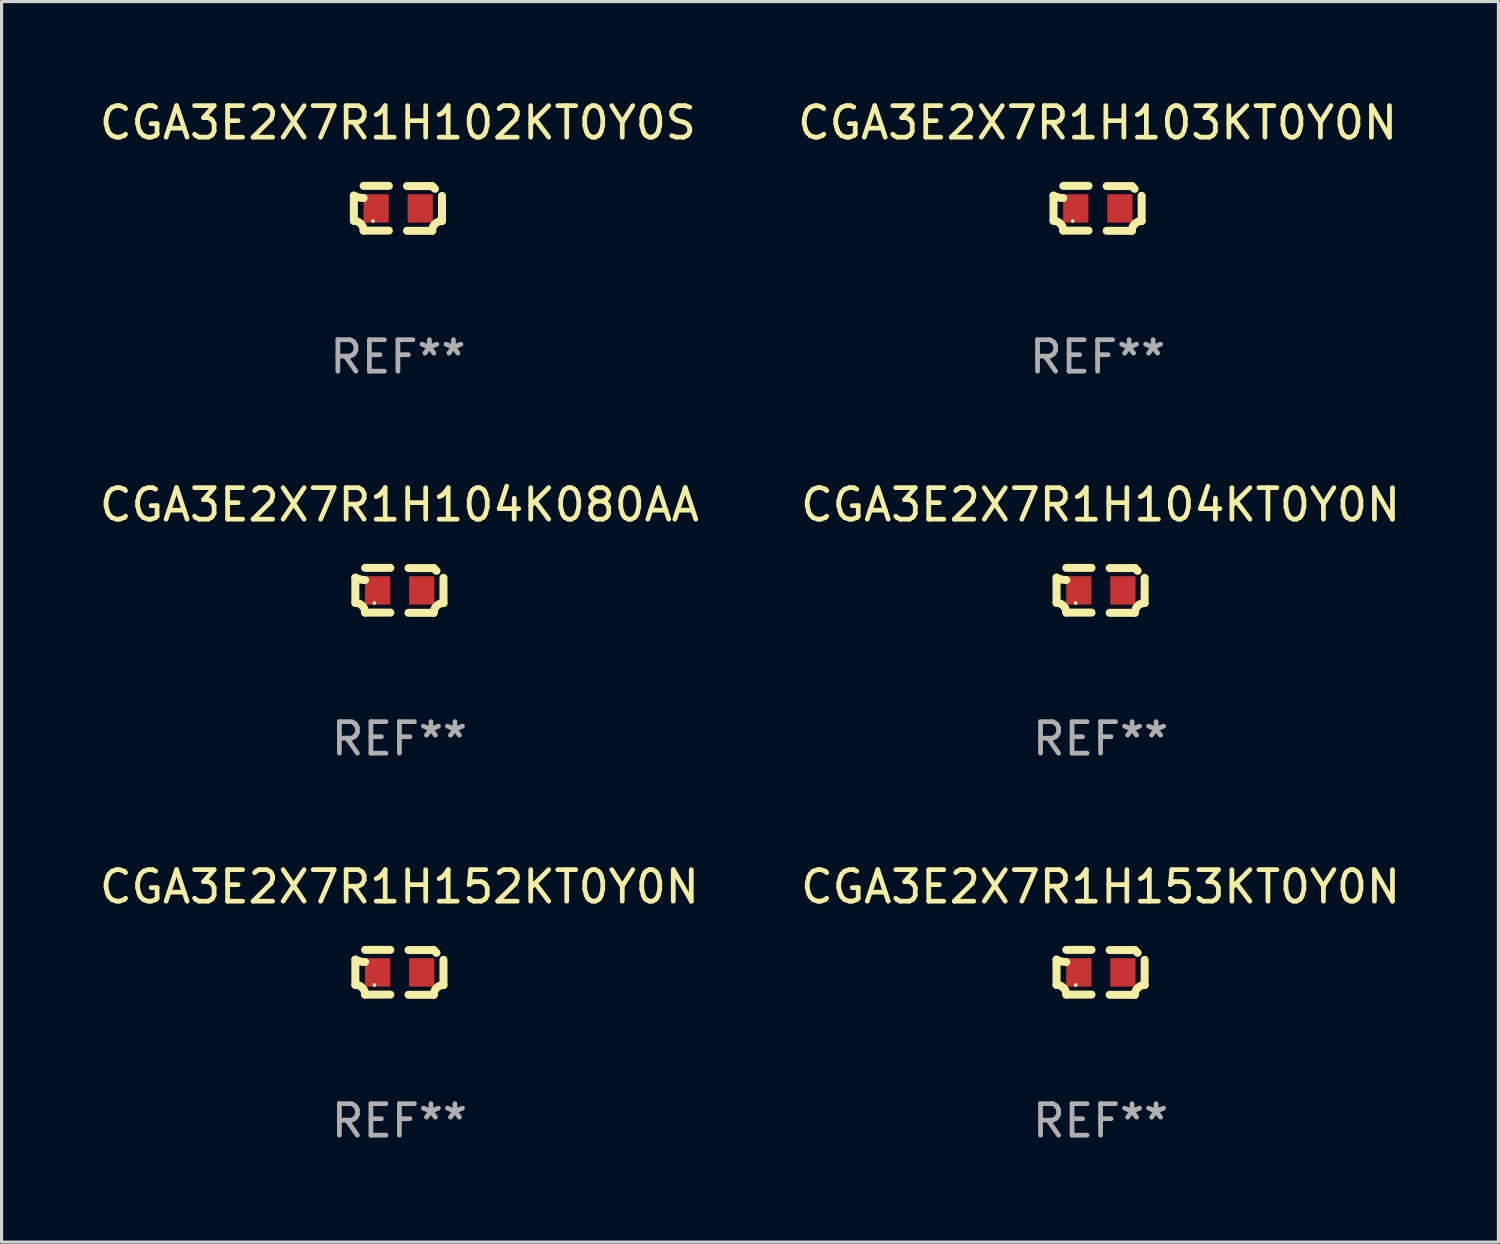
<source format=kicad_pcb>
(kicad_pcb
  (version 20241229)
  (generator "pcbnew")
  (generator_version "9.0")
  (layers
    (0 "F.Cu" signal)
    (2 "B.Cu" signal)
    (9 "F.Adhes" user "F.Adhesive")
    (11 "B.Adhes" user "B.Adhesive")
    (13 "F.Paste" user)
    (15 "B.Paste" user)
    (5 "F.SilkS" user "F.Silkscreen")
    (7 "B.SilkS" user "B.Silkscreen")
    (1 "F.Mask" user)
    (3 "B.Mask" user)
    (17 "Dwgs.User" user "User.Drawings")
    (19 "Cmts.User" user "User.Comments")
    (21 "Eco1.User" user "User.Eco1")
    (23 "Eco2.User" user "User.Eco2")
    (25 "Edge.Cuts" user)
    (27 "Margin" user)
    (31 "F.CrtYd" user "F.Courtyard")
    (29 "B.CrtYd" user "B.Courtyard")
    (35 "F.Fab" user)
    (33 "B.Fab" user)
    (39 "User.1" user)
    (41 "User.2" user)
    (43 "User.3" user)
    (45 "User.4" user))
  (footprint "CGA3E2X7R1H103KT0Y0N"
    (layer "F.Cu")
    (at 31.78 3.561)
    (property "Reference" "CGA3E2X7R1H103KT0Y0N" (at 0 -2.713 0) (layer "F.SilkS") (effects (font (size 1 1) (thickness 0.15))))
    (attr through_hole)
    (fp_line (start -1.398 -0.403) (end -1.398 0.397) (stroke (width 0.254) (type solid)) (layer "F.SilkS"))
    (fp_line (start -0.288 -0.713) (end -1.088 -0.713) (stroke (width 0.254) (type solid)) (layer "F.SilkS"))
    (fp_line (start -0.288 0.707) (end -1.088 0.707) (stroke (width 0.254) (type solid)) (layer "F.SilkS"))
    (fp_line (start 0.288 -0.707) (end 1.088 -0.707) (stroke (width 0.254) (type solid)) (layer "F.SilkS"))
    (fp_line (start 0.288 0.713) (end 1.088 0.713) (stroke (width 0.254) (type solid)) (layer "F.SilkS"))
    (fp_line (start 1.398 -0.397) (end 1.398 0.403) (stroke (width 0.254) (type solid)) (layer "F.SilkS"))
    (fp_arc (start -1.397789 0.397066) (mid -1.178701 0.487826) (end -1.08796 0.706922) (stroke (width 0.254001) (type solid)) (layer "F.SilkS"))
    (fp_arc (start -1.08796 -0.327176) (mid -1.247436 -0.346384) (end -1.39779 -0.402908) (stroke (width 0.254001) (type solid)) (layer "F.SilkS"))
    (fp_arc (start 1.087909 0.712738) (mid 1.178656 0.493655) (end 1.397739 0.402908) (stroke (width 0.254001) (type solid)) (layer "F.SilkS"))
    (fp_arc (start 1.175925 -0.618926) (mid 1.131917 -0.662923) (end 1.08791 -0.706922) (stroke (width 0.254001) (type solid)) (layer "F.SilkS"))
    (fp_circle (center -0.792 0.403) (end -0.762 0.403) (stroke (width 0.06) (type solid)) (fill no) (layer "F.SilkS"))
    (fp_text user "REF**" (at 0 4.713 0) (layer "F.Fab") (effects (font (size 1 1) (thickness 0.15))))
    (pad "1" smd rect (at -0.692 0.003) (size 0.8 0.9) (layers "F.Cu" "F.Mask" "F.Paste"))
    (pad "2" smd rect (at 0.708 0.003) (size 0.8 0.9) (layers "F.Cu" "F.Mask" "F.Paste")))
  (footprint "CGA3E2X7R1H102KT0Y0S"
    (layer "F.Cu")
    (at 9.577 3.561)
    (property "Reference" "CGA3E2X7R1H102KT0Y0S" (at 0 -2.713 0) (layer "F.SilkS") (effects (font (size 1 1) (thickness 0.15))))
    (attr through_hole)
    (fp_line (start -1.398 -0.403) (end -1.398 0.397) (stroke (width 0.254) (type solid)) (layer "F.SilkS"))
    (fp_line (start -0.288 -0.713) (end -1.088 -0.713) (stroke (width 0.254) (type solid)) (layer "F.SilkS"))
    (fp_line (start -0.288 0.707) (end -1.088 0.707) (stroke (width 0.254) (type solid)) (layer "F.SilkS"))
    (fp_line (start 0.288 -0.707) (end 1.088 -0.707) (stroke (width 0.254) (type solid)) (layer "F.SilkS"))
    (fp_line (start 0.288 0.713) (end 1.088 0.713) (stroke (width 0.254) (type solid)) (layer "F.SilkS"))
    (fp_line (start 1.398 -0.397) (end 1.398 0.403) (stroke (width 0.254) (type solid)) (layer "F.SilkS"))
    (fp_arc (start -1.397789 0.397066) (mid -1.178701 0.487826) (end -1.08796 0.706922) (stroke (width 0.254001) (type solid)) (layer "F.SilkS"))
    (fp_arc (start -1.08796 -0.327176) (mid -1.247436 -0.346384) (end -1.39779 -0.402908) (stroke (width 0.254001) (type solid)) (layer "F.SilkS"))
    (fp_arc (start 1.087909 0.712738) (mid 1.178656 0.493655) (end 1.397739 0.402908) (stroke (width 0.254001) (type solid)) (layer "F.SilkS"))
    (fp_arc (start 1.175925 -0.618926) (mid 1.131917 -0.662923) (end 1.08791 -0.706922) (stroke (width 0.254001) (type solid)) (layer "F.SilkS"))
    (fp_circle (center -0.792 0.403) (end -0.762 0.403) (stroke (width 0.06) (type solid)) (fill no) (layer "F.SilkS"))
    (fp_text user "REF**" (at 0 4.713 0) (layer "F.Fab") (effects (font (size 1 1) (thickness 0.15))))
    (pad "1" smd rect (at -0.692 0.003) (size 0.8 0.9) (layers "F.Cu" "F.Mask" "F.Paste"))
    (pad "2" smd rect (at 0.708 0.003) (size 0.8 0.9) (layers "F.Cu" "F.Mask" "F.Paste")))
  (footprint "CGA3E2X7R1H152KT0Y0N"
    (layer "F.Cu")
    (at 9.625 27.805)
    (property "Reference" "CGA3E2X7R1H152KT0Y0N" (at 0 -2.713 0) (layer "F.SilkS") (effects (font (size 1 1) (thickness 0.15))))
    (attr through_hole)
    (fp_line (start -1.398 -0.403) (end -1.398 0.397) (stroke (width 0.254) (type solid)) (layer "F.SilkS"))
    (fp_line (start -0.288 -0.713) (end -1.088 -0.713) (stroke (width 0.254) (type solid)) (layer "F.SilkS"))
    (fp_line (start -0.288 0.707) (end -1.088 0.707) (stroke (width 0.254) (type solid)) (layer "F.SilkS"))
    (fp_line (start 0.288 -0.707) (end 1.088 -0.707) (stroke (width 0.254) (type solid)) (layer "F.SilkS"))
    (fp_line (start 0.288 0.713) (end 1.088 0.713) (stroke (width 0.254) (type solid)) (layer "F.SilkS"))
    (fp_line (start 1.398 -0.397) (end 1.398 0.403) (stroke (width 0.254) (type solid)) (layer "F.SilkS"))
    (fp_arc (start -1.397789 0.397066) (mid -1.178701 0.487826) (end -1.08796 0.706922) (stroke (width 0.254001) (type solid)) (layer "F.SilkS"))
    (fp_arc (start -1.08796 -0.327176) (mid -1.247436 -0.346384) (end -1.39779 -0.402908) (stroke (width 0.254001) (type solid)) (layer "F.SilkS"))
    (fp_arc (start 1.087909 0.712738) (mid 1.178656 0.493655) (end 1.397739 0.402908) (stroke (width 0.254001) (type solid)) (layer "F.SilkS"))
    (fp_arc (start 1.175925 -0.618926) (mid 1.131917 -0.662923) (end 1.08791 -0.706922) (stroke (width 0.254001) (type solid)) (layer "F.SilkS"))
    (fp_circle (center -0.792 0.403) (end -0.762 0.403) (stroke (width 0.06) (type solid)) (fill no) (layer "F.SilkS"))
    (fp_text user "REF**" (at 0 4.713 0) (layer "F.Fab") (effects (font (size 1 1) (thickness 0.15))))
    (pad "1" smd rect (at -0.692 0.003) (size 0.8 0.9) (layers "F.Cu" "F.Mask" "F.Paste"))
    (pad "2" smd rect (at 0.708 0.003) (size 0.8 0.9) (layers "F.Cu" "F.Mask" "F.Paste")))
  (footprint "CGA3E2X7R1H104KT0Y0N"
    (layer "F.Cu")
    (at 31.875 15.683)
    (property "Reference" "CGA3E2X7R1H104KT0Y0N" (at 0 -2.713 0) (layer "F.SilkS") (effects (font (size 1 1) (thickness 0.15))))
    (attr through_hole)
    (fp_line (start -1.398 -0.403) (end -1.398 0.397) (stroke (width 0.254) (type solid)) (layer "F.SilkS"))
    (fp_line (start -0.288 -0.713) (end -1.088 -0.713) (stroke (width 0.254) (type solid)) (layer "F.SilkS"))
    (fp_line (start -0.288 0.707) (end -1.088 0.707) (stroke (width 0.254) (type solid)) (layer "F.SilkS"))
    (fp_line (start 0.288 -0.707) (end 1.088 -0.707) (stroke (width 0.254) (type solid)) (layer "F.SilkS"))
    (fp_line (start 0.288 0.713) (end 1.088 0.713) (stroke (width 0.254) (type solid)) (layer "F.SilkS"))
    (fp_line (start 1.398 -0.397) (end 1.398 0.403) (stroke (width 0.254) (type solid)) (layer "F.SilkS"))
    (fp_arc (start -1.397789 0.397066) (mid -1.178701 0.487826) (end -1.08796 0.706922) (stroke (width 0.254001) (type solid)) (layer "F.SilkS"))
    (fp_arc (start -1.08796 -0.327176) (mid -1.247436 -0.346384) (end -1.39779 -0.402908) (stroke (width 0.254001) (type solid)) (layer "F.SilkS"))
    (fp_arc (start 1.087909 0.712738) (mid 1.178656 0.493655) (end 1.397739 0.402908) (stroke (width 0.254001) (type solid)) (layer "F.SilkS"))
    (fp_arc (start 1.175925 -0.618926) (mid 1.131917 -0.662923) (end 1.08791 -0.706922) (stroke (width 0.254001) (type solid)) (layer "F.SilkS"))
    (fp_circle (center -0.792 0.403) (end -0.762 0.403) (stroke (width 0.06) (type solid)) (fill no) (layer "F.SilkS"))
    (fp_text user "REF**" (at 0 4.713 0) (layer "F.Fab") (effects (font (size 1 1) (thickness 0.15))))
    (pad "1" smd rect (at -0.692 0.003) (size 0.8 0.9) (layers "F.Cu" "F.Mask" "F.Paste"))
    (pad "2" smd rect (at 0.708 0.003) (size 0.8 0.9) (layers "F.Cu" "F.Mask" "F.Paste")))
  (footprint "CGA3E2X7R1H104K080AA"
    (layer "F.Cu")
    (at 9.625 15.683)
    (property "Reference" "CGA3E2X7R1H104K080AA" (at 0 -2.713 0) (layer "F.SilkS") (effects (font (size 1 1) (thickness 0.15))))
    (attr through_hole)
    (fp_line (start -1.398 -0.403) (end -1.398 0.397) (stroke (width 0.254) (type solid)) (layer "F.SilkS"))
    (fp_line (start -0.288 -0.713) (end -1.088 -0.713) (stroke (width 0.254) (type solid)) (layer "F.SilkS"))
    (fp_line (start -0.288 0.707) (end -1.088 0.707) (stroke (width 0.254) (type solid)) (layer "F.SilkS"))
    (fp_line (start 0.288 -0.707) (end 1.088 -0.707) (stroke (width 0.254) (type solid)) (layer "F.SilkS"))
    (fp_line (start 0.288 0.713) (end 1.088 0.713) (stroke (width 0.254) (type solid)) (layer "F.SilkS"))
    (fp_line (start 1.398 -0.397) (end 1.398 0.403) (stroke (width 0.254) (type solid)) (layer "F.SilkS"))
    (fp_arc (start -1.397789 0.397066) (mid -1.178701 0.487826) (end -1.08796 0.706922) (stroke (width 0.254001) (type solid)) (layer "F.SilkS"))
    (fp_arc (start -1.08796 -0.327176) (mid -1.247436 -0.346384) (end -1.39779 -0.402908) (stroke (width 0.254001) (type solid)) (layer "F.SilkS"))
    (fp_arc (start 1.087909 0.712738) (mid 1.178656 0.493655) (end 1.397739 0.402908) (stroke (width 0.254001) (type solid)) (layer "F.SilkS"))
    (fp_arc (start 1.175925 -0.618926) (mid 1.131917 -0.662923) (end 1.08791 -0.706922) (stroke (width 0.254001) (type solid)) (layer "F.SilkS"))
    (fp_circle (center -0.792 0.403) (end -0.762 0.403) (stroke (width 0.06) (type solid)) (fill no) (layer "F.SilkS"))
    (fp_text user "REF**" (at 0 4.713 0) (layer "F.Fab") (effects (font (size 1 1) (thickness 0.15))))
    (pad "1" smd rect (at -0.692 0.003) (size 0.8 0.9) (layers "F.Cu" "F.Mask" "F.Paste"))
    (pad "2" smd rect (at 0.708 0.003) (size 0.8 0.9) (layers "F.Cu" "F.Mask" "F.Paste")))
  (footprint "CGA3E2X7R1H153KT0Y0N"
    (layer "F.Cu")
    (at 31.875 27.805)
    (property "Reference" "CGA3E2X7R1H153KT0Y0N" (at 0 -2.713 0) (layer "F.SilkS") (effects (font (size 1 1) (thickness 0.15))))
    (attr through_hole)
    (fp_line (start -1.398 -0.403) (end -1.398 0.397) (stroke (width 0.254) (type solid)) (layer "F.SilkS"))
    (fp_line (start -0.288 -0.713) (end -1.088 -0.713) (stroke (width 0.254) (type solid)) (layer "F.SilkS"))
    (fp_line (start -0.288 0.707) (end -1.088 0.707) (stroke (width 0.254) (type solid)) (layer "F.SilkS"))
    (fp_line (start 0.288 -0.707) (end 1.088 -0.707) (stroke (width 0.254) (type solid)) (layer "F.SilkS"))
    (fp_line (start 0.288 0.713) (end 1.088 0.713) (stroke (width 0.254) (type solid)) (layer "F.SilkS"))
    (fp_line (start 1.398 -0.397) (end 1.398 0.403) (stroke (width 0.254) (type solid)) (layer "F.SilkS"))
    (fp_arc (start -1.397789 0.397066) (mid -1.178701 0.487826) (end -1.08796 0.706922) (stroke (width 0.254001) (type solid)) (layer "F.SilkS"))
    (fp_arc (start -1.08796 -0.327176) (mid -1.247436 -0.346384) (end -1.39779 -0.402908) (stroke (width 0.254001) (type solid)) (layer "F.SilkS"))
    (fp_arc (start 1.087909 0.712738) (mid 1.178656 0.493655) (end 1.397739 0.402908) (stroke (width 0.254001) (type solid)) (layer "F.SilkS"))
    (fp_arc (start 1.175925 -0.618926) (mid 1.131917 -0.662923) (end 1.08791 -0.706922) (stroke (width 0.254001) (type solid)) (layer "F.SilkS"))
    (fp_circle (center -0.792 0.403) (end -0.762 0.403) (stroke (width 0.06) (type solid)) (fill no) (layer "F.SilkS"))
    (fp_text user "REF**" (at 0 4.713 0) (layer "F.Fab") (effects (font (size 1 1) (thickness 0.15))))
    (pad "1" smd rect (at -0.692 0.003) (size 0.8 0.9) (layers "F.Cu" "F.Mask" "F.Paste"))
    (pad "2" smd rect (at 0.708 0.003) (size 0.8 0.9) (layers "F.Cu" "F.Mask" "F.Paste")))
  (gr_rect
    (start -3 -3)
    (end 44.5 36.366)
    (stroke (width 0.1) (type default))
    (fill no)
    (layer "Edge.Cuts")))
</source>
